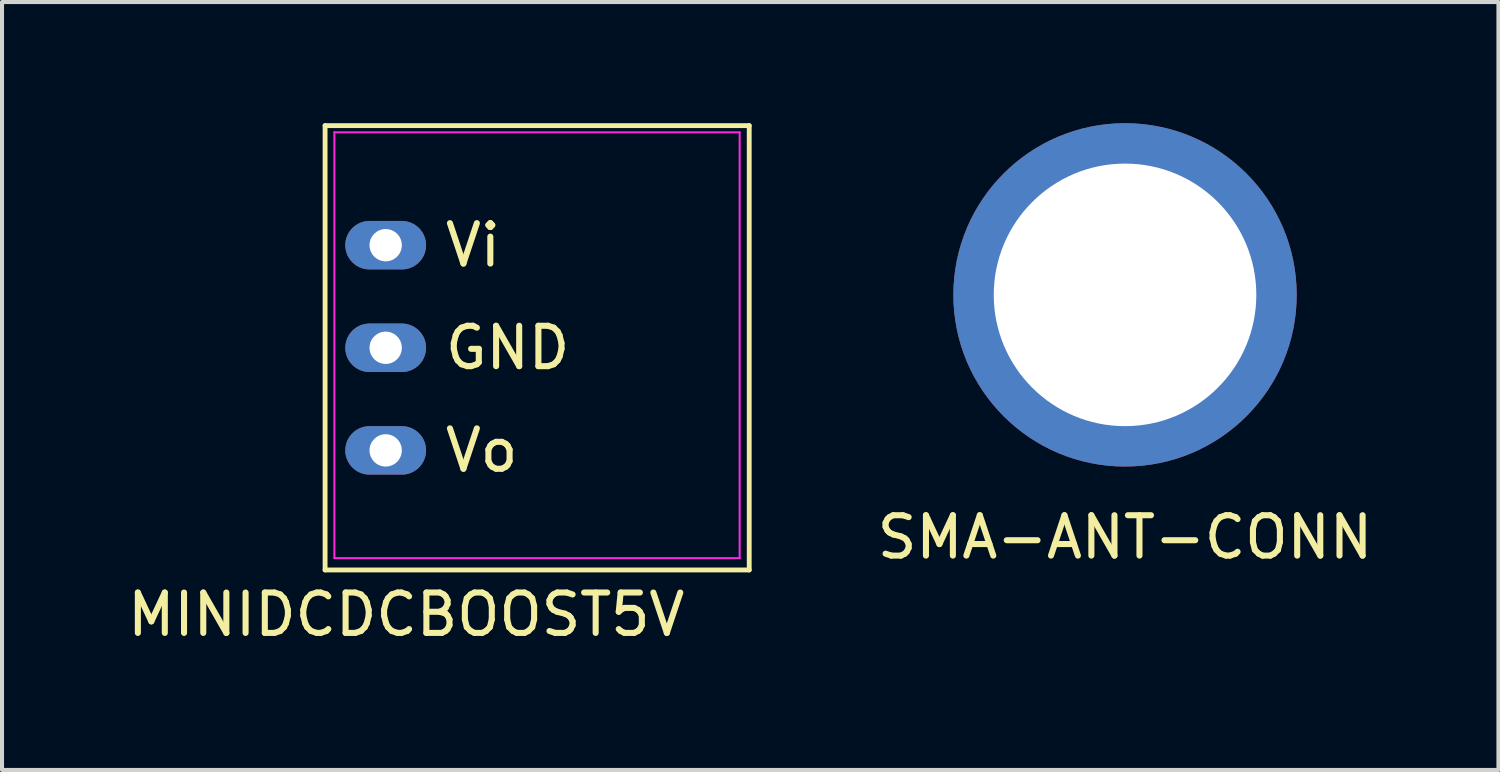
<source format=kicad_pcb>
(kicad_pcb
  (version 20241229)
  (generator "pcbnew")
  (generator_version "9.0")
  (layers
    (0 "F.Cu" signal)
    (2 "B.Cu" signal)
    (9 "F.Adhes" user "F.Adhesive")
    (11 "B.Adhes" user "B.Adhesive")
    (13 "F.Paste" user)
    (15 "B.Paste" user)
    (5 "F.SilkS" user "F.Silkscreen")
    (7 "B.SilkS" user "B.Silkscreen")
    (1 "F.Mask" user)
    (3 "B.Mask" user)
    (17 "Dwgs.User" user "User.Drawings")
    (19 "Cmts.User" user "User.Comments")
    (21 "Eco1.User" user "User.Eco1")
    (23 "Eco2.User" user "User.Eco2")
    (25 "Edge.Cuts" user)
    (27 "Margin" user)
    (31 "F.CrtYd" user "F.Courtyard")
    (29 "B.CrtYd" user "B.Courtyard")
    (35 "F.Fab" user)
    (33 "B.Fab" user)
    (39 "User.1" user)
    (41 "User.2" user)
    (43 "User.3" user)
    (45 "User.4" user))
  (footprint "MINIDCDCBOOST5V"
    (layer "F.Cu")
    (at 6.498 5.56)
    (property "Reference" "MINIDCDCBOOST5V" (at 0.508 6.604 0) (layer "F.SilkS") (effects (font (size 1 1) (thickness 0.15))))
    (attr through_hole)
    (fp_line (start -1.5 -5.5) (end 9 -5.5) (stroke (width 0.12) (type default)) (layer "F.SilkS"))
    (fp_line (start -1.5 5.5) (end -1.5 -5.5) (stroke (width 0.12) (type default)) (layer "F.SilkS"))
    (fp_line (start 9 -5.5) (end 9 5.5) (stroke (width 0.12) (type default)) (layer "F.SilkS"))
    (fp_line (start 9 5.5) (end -1.5 5.5) (stroke (width 0.12) (type default)) (layer "F.SilkS"))
    (fp_line (start -1.27 -5.334) (end 8.763 -5.334) (stroke (width 0.05) (type default)) (layer "F.CrtYd"))
    (fp_line (start -1.27 5.207) (end -1.27 -5.334) (stroke (width 0.05) (type default)) (layer "F.CrtYd"))
    (fp_line (start 8.763 -5.334) (end 8.763 5.207) (stroke (width 0.05) (type default)) (layer "F.CrtYd"))
    (fp_line (start 8.763 5.207) (end -1.27 5.207) (stroke (width 0.05) (type default)) (layer "F.CrtYd"))
    (fp_text user "Vo" (at 1.397 2.54 0) (unlocked yes) (layer "F.SilkS") (effects (font (size 1 1) (thickness 0.15)) (justify left)))
    (fp_text user "GND" (at 1.397 0 0) (unlocked yes) (layer "F.SilkS") (effects (font (size 1 1) (thickness 0.15)) (justify left)))
    (fp_text user "Vi" (at 1.397 -2.54 0) (unlocked yes) (layer "F.SilkS") (effects (font (size 1 1) (thickness 0.15)) (justify left)))
    (pad "1" thru_hole oval (at 0 -2.54 270) (size 1.2 2) (drill 0.8) (layers "*.Cu" "*.Mask"))
    (pad "2" thru_hole oval (at 0 0 270) (size 1.2 2) (drill 0.8) (layers "*.Cu" "*.Mask"))
    (pad "3" thru_hole oval (at 0 2.54 270) (size 1.2 2) (drill 0.8) (layers "*.Cu" "*.Mask")))
  (footprint "SMA-ANT-CONN"
    (layer "F.Cu")
    (at 24.802 4.25)
    (property "Reference" "SMA-ANT-CONN" (at 0 6 0) (layer "F.SilkS") (effects (font (size 1 1) (thickness 0.15))))
    (attr through_hole)
    (pad "1" thru_hole circle (at 0 0) (size 8.5 8.5) (drill 6.5) (layers "*.Cu" "*.Mask")))
  (gr_rect
    (start -3 -3)
    (end 34.046 16.012)
    (stroke (width 0.1) (type default))
    (fill no)
    (layer "Edge.Cuts")))
</source>
